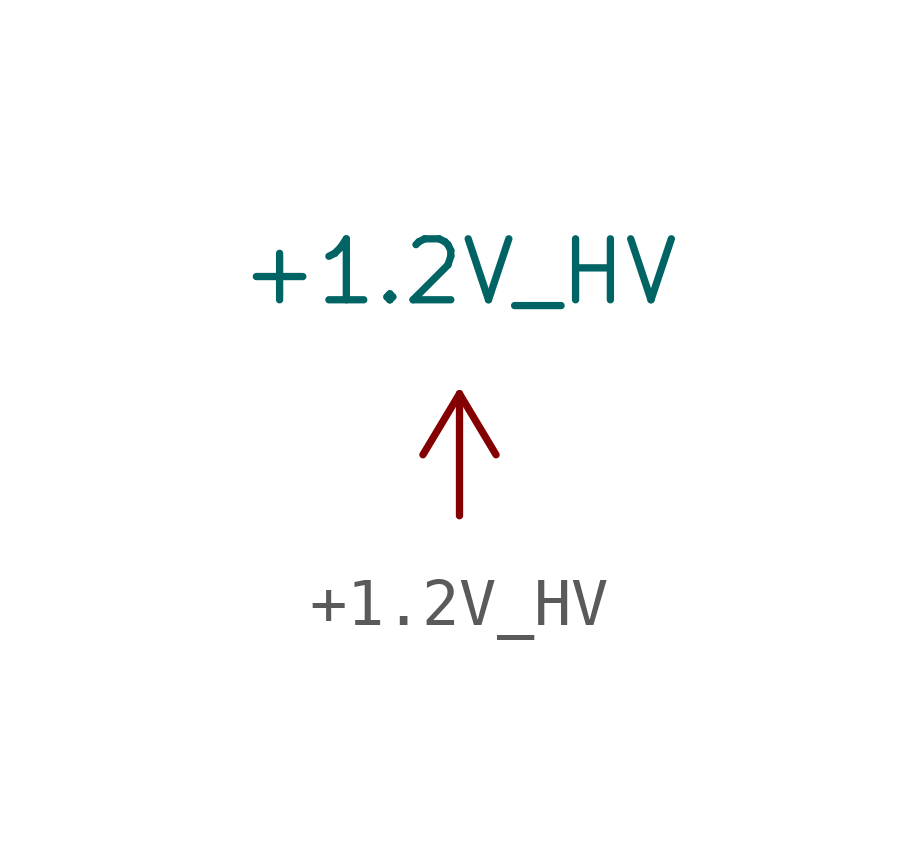
<source format=kicad_sym>
(kicad_symbol_lib
  (version 20211014)
  (generator kicad_symbol_editor)
  (symbol "+1.2V_HV"
    (power)
    (pin_numbers hide)
    (pin_names
      (offset 0))
    (property "Reference" "#PWR"
      (at 1.27 0 90)
      (effects (font (size 1.27 1.27)) hide))
    (property "Value" "+1.2V_HV"
      (at 0 5.08 0)
      (effects (font (size 1.27 1.27))))
    (symbol "+1.2V_HV_1_1"
      (polyline (pts (xy -0.762 1.27) (xy 0 2.54)) (stroke (width 0) (type default) (color 0 0 0 0)) (fill (type none)))
      (polyline (pts (xy 0 0) (xy 0 2.54)) (stroke (width 0) (type default) (color 0 0 0 0)) (fill (type none)))
      (polyline (pts (xy 0 2.54) (xy 0.762 1.27)) (stroke (width 0) (type default) (color 0 0 0 0)) (fill (type none)))
      (pin power_in line (at 0 0 90) (length 0) hide (name "+1.2V_HV" (effects (font (size 1.27 1.27)))) (number "1" (effects (font (size 1.27 1.27))))))))
</source>
